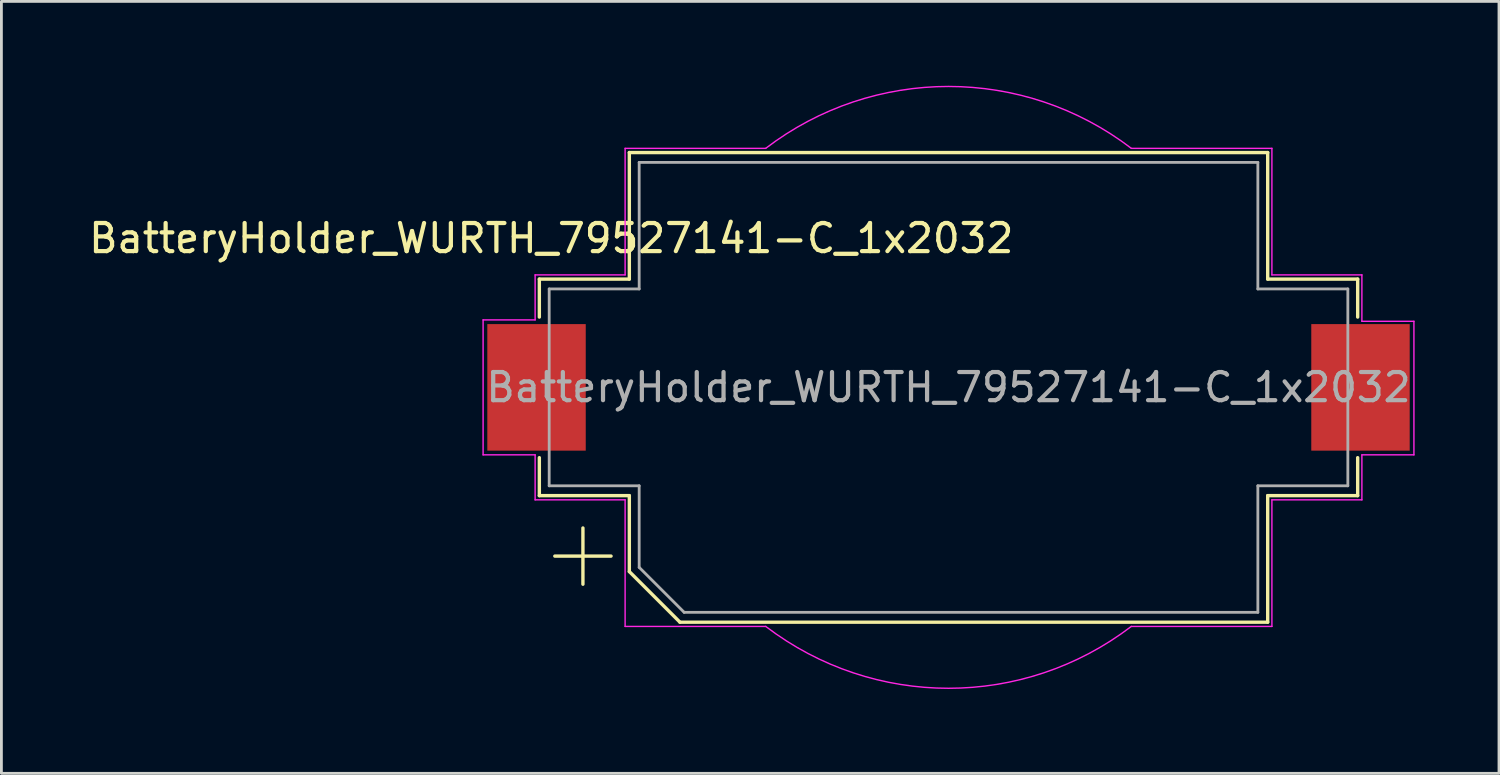
<source format=kicad_pcb>
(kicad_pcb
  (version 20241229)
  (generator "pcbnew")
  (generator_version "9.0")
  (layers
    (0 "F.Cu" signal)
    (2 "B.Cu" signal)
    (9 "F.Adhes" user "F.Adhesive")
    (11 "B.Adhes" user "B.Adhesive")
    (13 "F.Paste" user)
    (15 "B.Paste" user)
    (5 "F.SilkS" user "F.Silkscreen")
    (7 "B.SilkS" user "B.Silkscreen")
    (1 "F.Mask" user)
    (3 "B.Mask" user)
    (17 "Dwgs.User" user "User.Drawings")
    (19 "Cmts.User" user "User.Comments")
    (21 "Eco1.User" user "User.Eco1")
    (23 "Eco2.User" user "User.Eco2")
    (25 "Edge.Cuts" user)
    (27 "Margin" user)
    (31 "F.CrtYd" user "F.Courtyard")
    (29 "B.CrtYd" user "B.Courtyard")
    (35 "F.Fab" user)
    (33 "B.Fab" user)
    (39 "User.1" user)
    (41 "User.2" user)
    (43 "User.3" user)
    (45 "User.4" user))
  (footprint "BatteryHolder_WURTH_79527141-C_1x2032"
    (layer "F.Cu")
    (at 30.679 10.725)
    (property "Reference" "BatteryHolder_WURTH_79527141-C_1x2032" (at -14.125 -5.3 0) (layer "F.SilkS") (effects (font (size 1 1) (thickness 0.15))))
    (attr smd)
    (fp_line (start -14.55 -3.85) (end -14.55 -2.5) (stroke (width 0.12) (type solid)) (layer "F.SilkS"))
    (fp_line (start -14.55 3.85) (end -14.55 2.5) (stroke (width 0.12) (type solid)) (layer "F.SilkS"))
    (fp_line (start -13 5) (end -13 7) (stroke (width 0.12) (type solid)) (layer "F.SilkS"))
    (fp_line (start -12 6) (end -14 6) (stroke (width 0.12) (type solid)) (layer "F.SilkS"))
    (fp_line (start -11.35 -8.35) (end -11.35 -3.85) (stroke (width 0.12) (type solid)) (layer "F.SilkS"))
    (fp_line (start -11.35 -8.35) (end 11.35 -8.35) (stroke (width 0.12) (type solid)) (layer "F.SilkS"))
    (fp_line (start -11.35 -3.85) (end -14.55 -3.85) (stroke (width 0.12) (type solid)) (layer "F.SilkS"))
    (fp_line (start -11.35 3.85) (end -14.55 3.85) (stroke (width 0.12) (type solid)) (layer "F.SilkS"))
    (fp_line (start -11.35 6.55) (end -11.35 3.85) (stroke (width 0.12) (type solid)) (layer "F.SilkS"))
    (fp_line (start -9.55 8.35) (end -11.35 6.55) (stroke (width 0.12) (type solid)) (layer "F.SilkS"))
    (fp_line (start 11.35 -8.35) (end 11.35 -3.85) (stroke (width 0.12) (type solid)) (layer "F.SilkS"))
    (fp_line (start 11.35 -3.85) (end 14.55 -3.85) (stroke (width 0.12) (type solid)) (layer "F.SilkS"))
    (fp_line (start 11.35 3.85) (end 14.55 3.85) (stroke (width 0.12) (type solid)) (layer "F.SilkS"))
    (fp_line (start 11.35 8.35) (end -9.55 8.35) (stroke (width 0.12) (type solid)) (layer "F.SilkS"))
    (fp_line (start 11.35 8.35) (end 11.35 3.85) (stroke (width 0.12) (type solid)) (layer "F.SilkS"))
    (fp_line (start 14.55 -3.85) (end 14.55 -2.5) (stroke (width 0.12) (type solid)) (layer "F.SilkS"))
    (fp_line (start 14.55 3.85) (end 14.55 2.5) (stroke (width 0.12) (type solid)) (layer "F.SilkS"))
    (fp_line (start -16.55 2.4) (end -16.55 -2.4) (stroke (width 0.05) (type solid)) (layer "F.CrtYd"))
    (fp_line (start -14.7 -4) (end -11.5 -4) (stroke (width 0.05) (type solid)) (layer "F.CrtYd"))
    (fp_line (start -14.7 -2.4) (end -16.55 -2.4) (stroke (width 0.05) (type solid)) (layer "F.CrtYd"))
    (fp_line (start -14.7 -2.4) (end -14.7 -4) (stroke (width 0.05) (type solid)) (layer "F.CrtYd"))
    (fp_line (start -14.7 2.4) (end -16.55 2.4) (stroke (width 0.05) (type solid)) (layer "F.CrtYd"))
    (fp_line (start -14.7 4) (end -14.7 2.4) (stroke (width 0.05) (type solid)) (layer "F.CrtYd"))
    (fp_line (start -14.7 4) (end -11.5 4) (stroke (width 0.05) (type solid)) (layer "F.CrtYd"))
    (fp_line (start -11.5 -8.5) (end -6.5 -8.5) (stroke (width 0.05) (type solid)) (layer "F.CrtYd"))
    (fp_line (start -11.5 -4) (end -11.5 -8.5) (stroke (width 0.05) (type solid)) (layer "F.CrtYd"))
    (fp_line (start -11.5 4) (end -11.5 8.5) (stroke (width 0.05) (type solid)) (layer "F.CrtYd"))
    (fp_line (start -6.5 8.5) (end -11.5 8.5) (stroke (width 0.05) (type solid)) (layer "F.CrtYd"))
    (fp_line (start 11.5 -8.5) (end 6.5 -8.5) (stroke (width 0.05) (type solid)) (layer "F.CrtYd"))
    (fp_line (start 11.5 -8.5) (end 11.5 -4) (stroke (width 0.05) (type solid)) (layer "F.CrtYd"))
    (fp_line (start 11.5 -4) (end 14.7 -4) (stroke (width 0.05) (type solid)) (layer "F.CrtYd"))
    (fp_line (start 11.5 4) (end 11.5 8.5) (stroke (width 0.05) (type solid)) (layer "F.CrtYd"))
    (fp_line (start 11.5 8.5) (end 6.5 8.5) (stroke (width 0.05) (type solid)) (layer "F.CrtYd"))
    (fp_line (start 14.7 -4) (end 14.7 -2.35) (stroke (width 0.05) (type solid)) (layer "F.CrtYd"))
    (fp_line (start 14.7 -2.35) (end 16.55 -2.35) (stroke (width 0.05) (type solid)) (layer "F.CrtYd"))
    (fp_line (start 14.7 2.4) (end 14.7 4) (stroke (width 0.05) (type solid)) (layer "F.CrtYd"))
    (fp_line (start 14.7 4) (end 11.5 4) (stroke (width 0.05) (type solid)) (layer "F.CrtYd"))
    (fp_line (start 16.55 -2.35) (end 16.55 2.4) (stroke (width 0.05) (type solid)) (layer "F.CrtYd"))
    (fp_line (start 16.55 2.4) (end 14.7 2.4) (stroke (width 0.05) (type solid)) (layer "F.CrtYd"))
    (fp_arc (start -6.499999 -8.5) (mid 0 -10.700467) (end 6.5 -8.5) (stroke (width 0.05) (type solid)) (layer "F.CrtYd"))
    (fp_arc (start 6.499999 8.5) (mid 0 10.700467) (end -6.5 8.5) (stroke (width 0.05) (type solid)) (layer "F.CrtYd"))
    (fp_line (start -14.2 -3.5) (end -11 -3.5) (stroke (width 0.1) (type solid)) (layer "F.Fab"))
    (fp_line (start -14.2 3.5) (end -14.2 -3.5) (stroke (width 0.1) (type solid)) (layer "F.Fab"))
    (fp_line (start -11 -8) (end -11 -3.5) (stroke (width 0.1) (type solid)) (layer "F.Fab"))
    (fp_line (start -11 3.5) (end -14.2 3.5) (stroke (width 0.1) (type solid)) (layer "F.Fab"))
    (fp_line (start -11 6.4) (end -11 3.5) (stroke (width 0.1) (type solid)) (layer "F.Fab"))
    (fp_line (start -9.4 8) (end -11 6.4) (stroke (width 0.1) (type solid)) (layer "F.Fab"))
    (fp_line (start 11 -8) (end -11 -8) (stroke (width 0.1) (type solid)) (layer "F.Fab"))
    (fp_line (start 11 -8) (end 11 -3.5) (stroke (width 0.1) (type solid)) (layer "F.Fab"))
    (fp_line (start 11 3.5) (end 14.2 3.5) (stroke (width 0.1) (type solid)) (layer "F.Fab"))
    (fp_line (start 11 8) (end -9.4 8) (stroke (width 0.1) (type solid)) (layer "F.Fab"))
    (fp_line (start 11 8) (end 11 3.5) (stroke (width 0.1) (type solid)) (layer "F.Fab"))
    (fp_line (start 14.2 -3.5) (end 11 -3.5) (stroke (width 0.1) (type solid)) (layer "F.Fab"))
    (fp_line (start 14.2 3.5) (end 14.2 -3.5) (stroke (width 0.1) (type solid)) (layer "F.Fab"))
    (fp_text user "${REFERENCE}" (at 0 0 0) (layer "F.Fab") (effects (font (size 1 1) (thickness 0.15))))
    (pad "1" smd rect (at -14.65 0 180) (size 3.5 4.5) (layers "F.Cu" "F.Mask" "F.Paste"))
    (pad "2" smd rect (at 14.65 0 180) (size 3.5 4.5) (layers "F.Cu" "F.Mask" "F.Paste")))
  (gr_rect
    (start -3 -3)
    (end 50.254 24.451)
    (stroke (width 0.1) (type default))
    (fill no)
    (layer "Edge.Cuts")))
</source>
